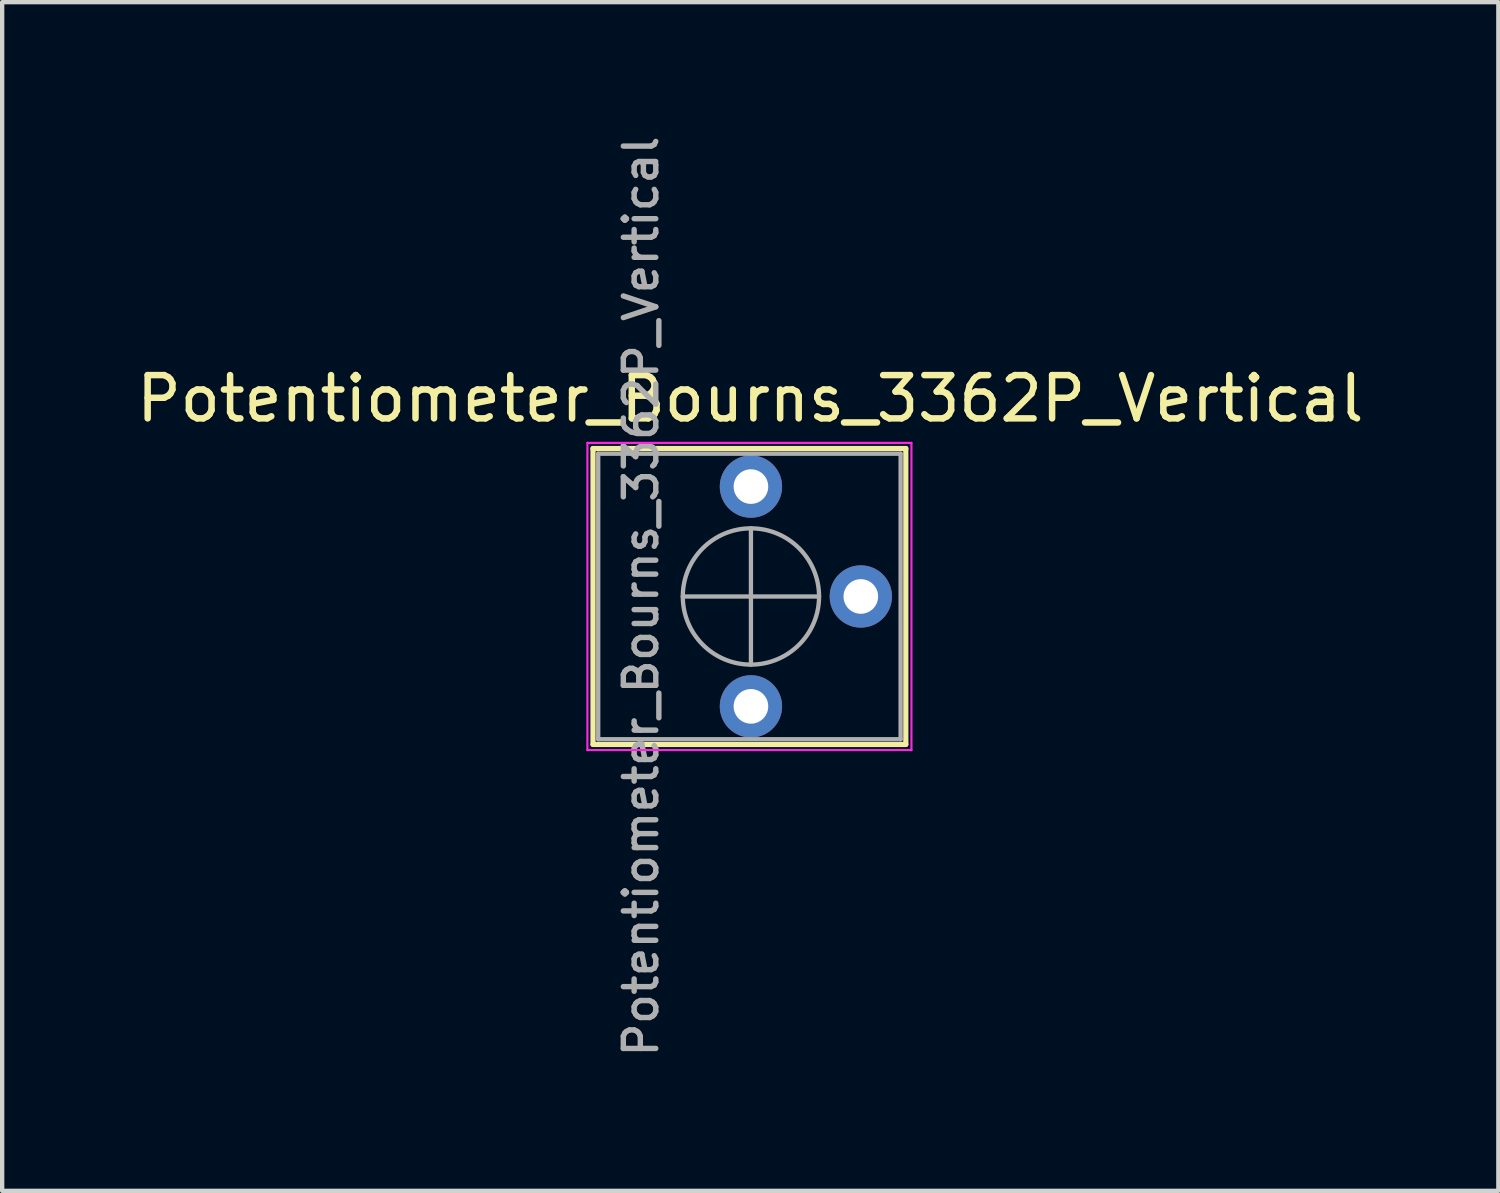
<source format=kicad_pcb>
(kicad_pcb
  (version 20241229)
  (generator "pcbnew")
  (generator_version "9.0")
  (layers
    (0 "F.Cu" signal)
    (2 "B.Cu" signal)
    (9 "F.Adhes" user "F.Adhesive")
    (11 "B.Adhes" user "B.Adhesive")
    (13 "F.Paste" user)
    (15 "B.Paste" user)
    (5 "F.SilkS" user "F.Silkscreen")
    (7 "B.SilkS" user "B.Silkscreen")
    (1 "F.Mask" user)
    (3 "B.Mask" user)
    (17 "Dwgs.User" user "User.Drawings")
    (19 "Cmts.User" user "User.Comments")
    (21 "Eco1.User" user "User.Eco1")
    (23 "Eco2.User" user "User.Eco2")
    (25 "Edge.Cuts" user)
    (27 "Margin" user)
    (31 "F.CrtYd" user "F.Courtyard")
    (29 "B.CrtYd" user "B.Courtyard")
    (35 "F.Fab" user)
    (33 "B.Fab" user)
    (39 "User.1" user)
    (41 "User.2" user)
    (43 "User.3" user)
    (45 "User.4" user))
  (footprint "Potentiometer_Bourns_3362P_Vertical"
    (layer "F.Cu")
    (at 14.307 10.737)
    (property "Reference" "Potentiometer_Bourns_3362P_Vertical" (at -0.015 -4.572 0) (layer "F.SilkS") (effects (font (size 1 1) (thickness 0.15))))
    (attr through_hole)
    (fp_line (start -3.65 -3.42) (end -3.65 3.42) (stroke (width 0.12) (type solid)) (layer "F.SilkS"))
    (fp_line (start -3.65 -3.42) (end 3.58 -3.42) (stroke (width 0.12) (type solid)) (layer "F.SilkS"))
    (fp_line (start -3.65 3.42) (end 3.58 3.42) (stroke (width 0.12) (type solid)) (layer "F.SilkS"))
    (fp_line (start 3.58 -3.42) (end 3.58 3.42) (stroke (width 0.12) (type solid)) (layer "F.SilkS"))
    (fp_line (start -3.78 -3.55) (end -3.78 3.55) (stroke (width 0.05) (type solid)) (layer "F.CrtYd"))
    (fp_line (start -3.78 3.55) (end 3.71 3.55) (stroke (width 0.05) (type solid)) (layer "F.CrtYd"))
    (fp_line (start 3.71 -3.55) (end -3.78 -3.55) (stroke (width 0.05) (type solid)) (layer "F.CrtYd"))
    (fp_line (start 3.71 3.55) (end 3.71 -3.55) (stroke (width 0.05) (type solid)) (layer "F.CrtYd"))
    (fp_line (start -3.53 -3.3) (end -3.53 3.3) (stroke (width 0.1) (type solid)) (layer "F.Fab"))
    (fp_line (start -3.53 3.3) (end 3.46 3.3) (stroke (width 0.1) (type solid)) (layer "F.Fab"))
    (fp_line (start 0 1.575) (end 0 -1.575) (stroke (width 0.1) (type solid)) (layer "F.Fab"))
    (fp_line (start 1.575 0) (end -1.575 0) (stroke (width 0.1) (type solid)) (layer "F.Fab"))
    (fp_line (start 3.46 -3.3) (end -3.53 -3.3) (stroke (width 0.1) (type solid)) (layer "F.Fab"))
    (fp_line (start 3.46 3.3) (end 3.46 -3.3) (stroke (width 0.1) (type solid)) (layer "F.Fab"))
    (fp_circle (center 0 0) (end 1.575 0) (stroke (width 0.1) (type solid)) (fill no) (layer "F.Fab"))
    (fp_text user "${REFERENCE}" (at -2.54 0 90) (layer "F.Fab") (effects (font (size 0.75 0.75) (thickness 0.125))))
    (pad "1" thru_hole circle (at 0 -2.54) (size 1.44 1.44) (drill 0.8) (layers "*.Cu" "*.Mask"))
    (pad "2" thru_hole circle (at 2.54 0) (size 1.44 1.44) (drill 0.8) (layers "*.Cu" "*.Mask"))
    (pad "3" thru_hole circle (at 0 2.54) (size 1.44 1.44) (drill 0.8) (layers "*.Cu" "*.Mask")))
  (gr_rect
    (start -3 -3)
    (end 31.583 24.475)
    (stroke (width 0.1) (type default))
    (fill no)
    (layer "Edge.Cuts")))
</source>
